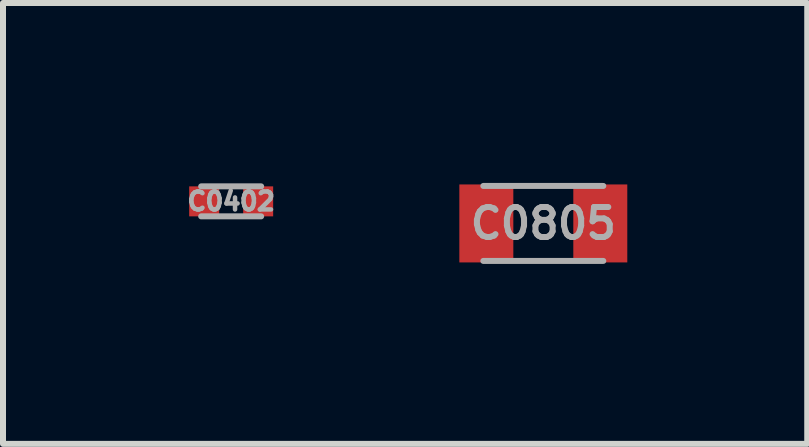
<source format=kicad_pcb>
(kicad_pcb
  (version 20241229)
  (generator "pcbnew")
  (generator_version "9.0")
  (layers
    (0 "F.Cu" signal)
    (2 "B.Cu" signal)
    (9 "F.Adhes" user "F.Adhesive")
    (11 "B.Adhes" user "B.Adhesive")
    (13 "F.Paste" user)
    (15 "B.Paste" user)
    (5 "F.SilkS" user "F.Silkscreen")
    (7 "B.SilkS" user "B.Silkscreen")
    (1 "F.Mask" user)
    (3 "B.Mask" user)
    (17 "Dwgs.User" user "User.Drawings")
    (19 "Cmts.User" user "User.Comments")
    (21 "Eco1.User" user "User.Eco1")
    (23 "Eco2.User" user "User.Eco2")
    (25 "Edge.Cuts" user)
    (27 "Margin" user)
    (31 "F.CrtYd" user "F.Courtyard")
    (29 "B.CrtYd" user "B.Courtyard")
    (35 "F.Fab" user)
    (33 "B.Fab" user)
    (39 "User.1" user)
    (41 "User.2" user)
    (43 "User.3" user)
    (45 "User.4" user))
  (footprint "C0402"
    (layer "F.Cu")
    (at 0.804 0.307)
    (property "Reference" "C0402" (at 0 0 0) (layer "F.Fab") (effects (font (size 0.3 0.3) (thickness 0.075))))
    (attr through_hole)
    (fp_line (start -0.5 -0.25) (end 0.5 -0.25) (stroke (width 0.1) (type solid)) (layer "F.Fab"))
    (fp_line (start 0.5 0.25) (end -0.5 0.25) (stroke (width 0.1) (type solid)) (layer "F.Fab"))
    (pad "1" smd rect (at -0.45 0) (size 0.5 0.5) (layers "F.Cu" "F.Mask" "F.Paste"))
    (pad "2" smd rect (at 0.45 0) (size 0.5 0.5) (layers "F.Cu" "F.Mask" "F.Paste")))
  (footprint "C0805"
    (layer "F.Cu")
    (at 6.008 0.675)
    (property "Reference" "C0805" (at 0 0 0) (layer "F.Fab") (effects (font (size 0.5 0.5) (thickness 0.1))))
    (attr through_hole)
    (fp_line (start -1 -0.625) (end 1 -0.625) (stroke (width 0.1) (type solid)) (layer "F.Fab"))
    (fp_line (start 1 0.625) (end -1 0.625) (stroke (width 0.1) (type solid)) (layer "F.Fab"))
    (pad "1" smd rect (at -0.95 0) (size 0.9 1.3) (layers "F.Cu" "F.Mask" "F.Paste"))
    (pad "2" smd rect (at 0.95 0) (size 0.9 1.3) (layers "F.Cu" "F.Mask" "F.Paste")))
  (gr_rect
    (start -3 -3)
    (end 10.408 4.35)
    (stroke (width 0.1) (type default))
    (fill no)
    (layer "Edge.Cuts")))
</source>
